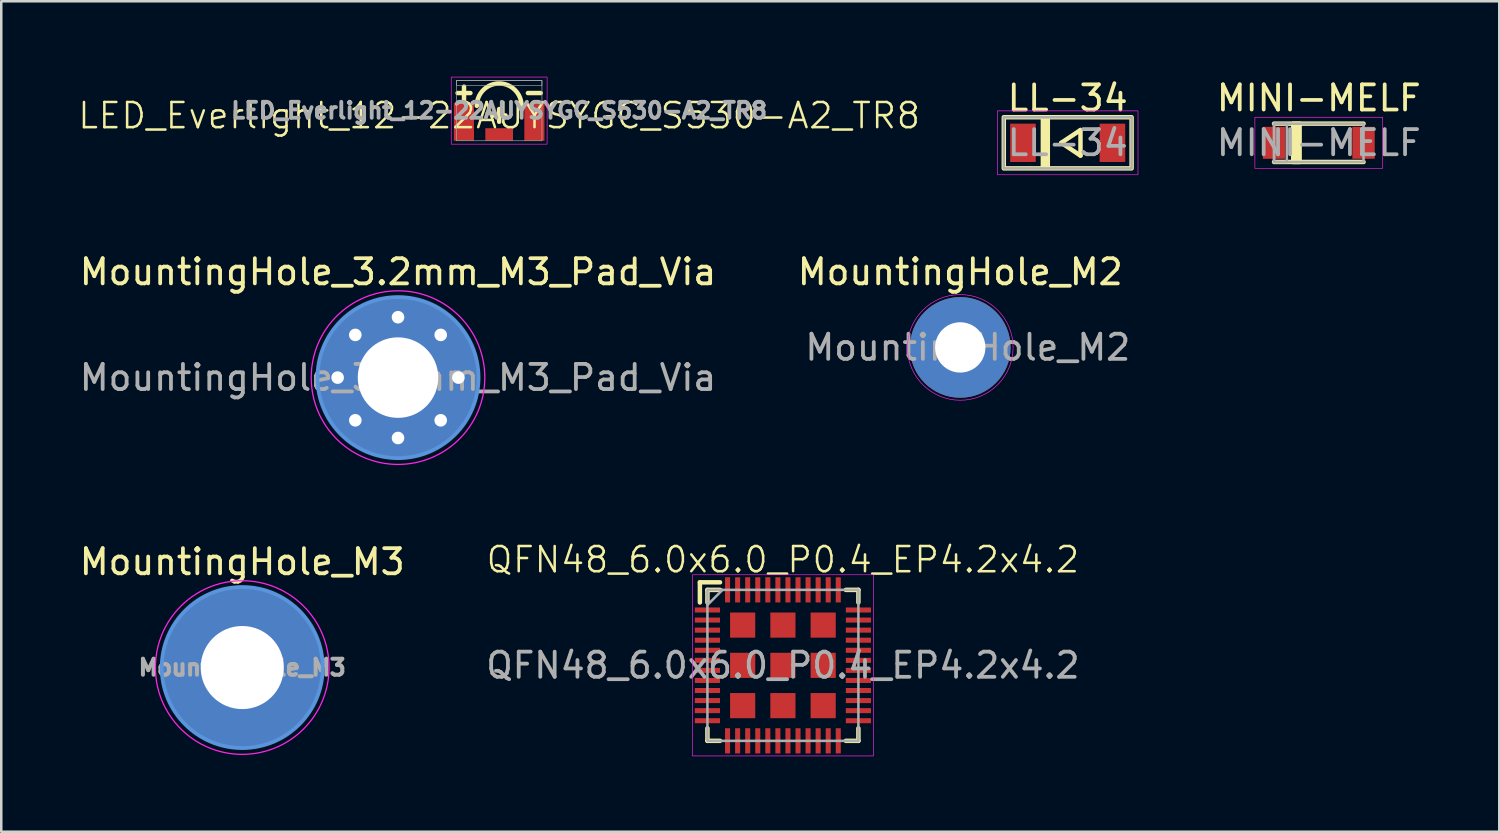
<source format=kicad_pcb>
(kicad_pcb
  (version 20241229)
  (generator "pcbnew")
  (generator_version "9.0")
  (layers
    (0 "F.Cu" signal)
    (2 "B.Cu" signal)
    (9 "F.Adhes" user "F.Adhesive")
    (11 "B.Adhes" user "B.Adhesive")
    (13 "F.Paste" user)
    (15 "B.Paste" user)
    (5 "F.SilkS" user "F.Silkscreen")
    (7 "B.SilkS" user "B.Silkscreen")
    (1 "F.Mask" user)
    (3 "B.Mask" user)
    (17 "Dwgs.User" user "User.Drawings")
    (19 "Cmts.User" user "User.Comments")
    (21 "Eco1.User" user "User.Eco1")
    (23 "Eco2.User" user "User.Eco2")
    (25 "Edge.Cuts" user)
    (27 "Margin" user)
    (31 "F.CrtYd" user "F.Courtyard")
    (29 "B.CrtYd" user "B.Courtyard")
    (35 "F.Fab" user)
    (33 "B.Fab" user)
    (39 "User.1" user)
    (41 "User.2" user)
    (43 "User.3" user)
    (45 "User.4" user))
  (footprint "MINI-MELF"
    (layer "F.Cu")
    (at 49.362 2.626)
    (property "Reference" "MINI-MELF" (at 0 -1.778 0) (layer "F.SilkS") (effects (font (size 1 1) (thickness 0.15))))
    (attr smd)
    (fp_line (start -1.778 -0.762) (end 1.778 -0.762) (stroke (width 0.178) (type solid)) (layer "F.SilkS"))
    (fp_line (start -1.778 0.762) (end 1.778 0.762) (stroke (width 0.178) (type solid)) (layer "F.SilkS"))
    (fp_rect (start -1.016 -0.762) (end -0.762 0.762) (stroke (width 0.178) (type solid)) (fill yes) (layer "F.SilkS"))
    (fp_rect (start -2.54 -1.016) (end 2.54 1.016) (stroke (width 0.025) (type solid)) (fill no) (layer "F.CrtYd"))
    (fp_rect (start -1.778 -0.762) (end -1.27 0.762) (stroke (width 0.1) (type solid)) (fill no) (layer "F.Fab"))
    (fp_rect (start -1.778 -0.762) (end 1.778 0.762) (stroke (width 0.1) (type solid)) (fill no) (layer "F.Fab"))
    (fp_text user "${REFERENCE}" (at 0 0 0) (layer "F.Fab") (effects (font (size 1 1) (thickness 0.15))))
    (pad "A" smd rect (at 1.778 0) (size 0.889 1.27) (layers "F.Cu" "F.Mask" "F.Paste"))
    (pad "K" smd rect (at -1.778 0) (size 0.889 1.27) (layers "F.Cu" "F.Mask" "F.Paste")))
  (footprint "MountingHole_M2"
    (layer "F.Cu")
    (at 35.113 10.757)
    (property "Reference" "MountingHole_M2" (at 0 -3 0) (layer "F.SilkS") (effects (font (size 1 1) (thickness 0.15))))
    (attr through_hole)
    (fp_circle (center 0 0) (end 2.1 0) (stroke (width 0.025) (type solid)) (fill no) (layer "F.CrtYd"))
    (fp_text user "${REFERENCE}" (at 0.3 0 0) (layer "F.Fab") (effects (font (size 1 1) (thickness 0.15))))
    (pad "1" thru_hole circle (at 0 0) (size 4 4) (drill 2) (layers "*.Cu" "*.Mask")))
  (footprint "MountingHole_M3"
    (layer "F.Cu")
    (at 6.577 23.48)
    (property "Reference" "MountingHole_M3" (at 0 -4.2 0) (layer "F.SilkS") (effects (font (size 1 1) (thickness 0.15))))
    (attr smd exclude_from_pos_files exclude_from_bom)
    (fp_circle (center 0 0) (end 3.2 0) (stroke (width 0.15) (type solid)) (fill no) (layer "Cmts.User"))
    (fp_circle (center 0 0) (end 3.45 0) (stroke (width 0.05) (type solid)) (fill no) (layer "F.CrtYd"))
    (fp_text user "${REFERENCE}" (at 0 0 0) (layer "F.Fab") (effects (font (size 0.635 0.635) (thickness 0.159) (bold yes))))
    (pad "1" thru_hole circle (at 0 0) (size 6.35 6.35) (drill 3.302) (layers "*.Cu" "*.Mask")))
  (footprint "MountingHole_3.2mm_M3_Pad_Via"
    (layer "F.Cu")
    (at 12.768 11.957)
    (property "Reference" "MountingHole_3.2mm_M3_Pad_Via" (at 0 -4.2 0) (layer "F.SilkS") (effects (font (size 1 1) (thickness 0.15))))
    (attr through_hole)
    (fp_circle (center 0 0) (end 3.2 0) (stroke (width 0.15) (type solid)) (fill no) (layer "Cmts.User"))
    (fp_circle (center 0 0) (end 3.45 0) (stroke (width 0.05) (type solid)) (fill no) (layer "F.CrtYd"))
    (fp_text user "${REFERENCE}" (at 0 0 0) (layer "F.Fab") (effects (font (size 1 1) (thickness 0.15))))
    (pad "1" thru_hole circle (at -2.4 0) (size 0.8 0.8) (drill 0.5) (layers "*.Cu" "*.Mask"))
    (pad "1" thru_hole circle (at -1.697 -1.697) (size 0.8 0.8) (drill 0.5) (layers "*.Cu" "*.Mask"))
    (pad "1" thru_hole circle (at -1.697 1.697) (size 0.8 0.8) (drill 0.5) (layers "*.Cu" "*.Mask"))
    (pad "1" thru_hole circle (at 0 -2.4) (size 0.8 0.8) (drill 0.5) (layers "*.Cu" "*.Mask"))
    (pad "1" thru_hole circle (at 0 0) (size 6.4 6.4) (drill 3.2) (layers "*.Cu" "*.Mask"))
    (pad "1" thru_hole circle (at 0 2.4) (size 0.8 0.8) (drill 0.5) (layers "*.Cu" "*.Mask"))
    (pad "1" thru_hole circle (at 1.697 -1.697) (size 0.8 0.8) (drill 0.5) (layers "*.Cu" "*.Mask"))
    (pad "1" thru_hole circle (at 1.697 1.697) (size 0.8 0.8) (drill 0.5) (layers "*.Cu" "*.Mask"))
    (pad "1" thru_hole circle (at 2.4 0) (size 0.8 0.8) (drill 0.5) (layers "*.Cu" "*.Mask")))
  (footprint "LED_Everlight_12-22AUYSYGC_S530-A2_TR8"
    (layer "F.Cu")
    (at 16.788 2.045)
    (property "Reference" "LED_Everlight_12-22AUYSYGC_S530-A2_TR8" (at 0 -0.5 0) (unlocked yes) (layer "F.SilkS") (effects (font (size 1 1) (thickness 0.1))))
    (attr smd)
    (fp_line (start -1.651 -1.397) (end -1.143 -1.397) (stroke (width 0.178) (type solid)) (layer "F.SilkS"))
    (fp_line (start -1.397 -1.143) (end -1.397 -1.651) (stroke (width 0.178) (type solid)) (layer "F.SilkS"))
    (fp_line (start -0.254 -0.508) (end 0.254 -0.508) (stroke (width 0.178) (type solid)) (layer "F.SilkS"))
    (fp_line (start 0 -0.254) (end 0 -0.762) (stroke (width 0.178) (type solid)) (layer "F.SilkS"))
    (fp_line (start 1.143 -1.397) (end 1.651 -1.397) (stroke (width 0.178) (type solid)) (layer "F.SilkS"))
    (fp_arc (start -0.889 -0.889) (mid 0 -1.778) (end 0.889 -0.889) (stroke (width 0.1778) (type solid)) (layer "F.SilkS"))
    (fp_rect (start -1.905 -2.032) (end 1.905 0.635) (stroke (width 0.025) (type solid)) (fill no) (layer "F.CrtYd"))
    (fp_rect (start -1.7 -1.9) (end 1.7 -1.7) (stroke (width 0.025) (type solid)) (fill no) (layer "F.Fab"))
    (fp_rect (start -1.7 -1.9) (end 1.7 0.5) (stroke (width 0.025) (type solid)) (fill no) (layer "F.Fab"))
    (fp_text user "${REFERENCE}" (at 0 -0.7 0) (unlocked yes) (layer "F.Fab") (effects (font (size 0.635 0.635) (thickness 0.152) (bold yes))))
    (pad "A1" smd rect (at -1.4 -0.25) (size 0.8 1.5) (layers "F.Cu" "F.Mask" "F.Paste"))
    (pad "A2" smd rect (at 0 0.25) (size 1.1 0.5) (layers "F.Cu" "F.Mask" "F.Paste"))
    (pad "K" smd rect (at 1.4 -0.25) (size 0.8 1.5) (layers "F.Cu" "F.Mask" "F.Paste")))
  (footprint "QFN48_6.0x6.0_P0.4_EP4.2x4.2"
    (layer "F.Cu")
    (at 28.065 23.393)
    (property "Reference" "QFN48_6.0x6.0_P0.4_EP4.2x4.2" (at 0 -4.2 0) (unlocked yes) (layer "F.SilkS") (effects (font (size 1 1) (thickness 0.1))))
    (attr smd)
    (fp_line (start -3.3 -3.3) (end -2.5 -3.3) (stroke (width 0.178) (type default)) (layer "F.SilkS"))
    (fp_line (start -3.3 -2.5) (end -3.3 -3.3) (stroke (width 0.178) (type default)) (layer "F.SilkS"))
    (fp_line (start -3 -3) (end -2.5 -3) (stroke (width 0.178) (type default)) (layer "F.SilkS"))
    (fp_line (start -3 -2.5) (end -3 -3) (stroke (width 0.178) (type default)) (layer "F.SilkS"))
    (fp_line (start -3 2.5) (end -3 3) (stroke (width 0.178) (type default)) (layer "F.SilkS"))
    (fp_line (start -3 3) (end -2.5 3) (stroke (width 0.178) (type default)) (layer "F.SilkS"))
    (fp_line (start 2.5 3) (end 3 3) (stroke (width 0.178) (type default)) (layer "F.SilkS"))
    (fp_line (start 3 -3) (end 2.5 -3) (stroke (width 0.178) (type default)) (layer "F.SilkS"))
    (fp_line (start 3 -2.5) (end 3 -3) (stroke (width 0.178) (type default)) (layer "F.SilkS"))
    (fp_line (start 3 3) (end 3 2.5) (stroke (width 0.178) (type default)) (layer "F.SilkS"))
    (fp_rect (start -3.6 -3.6) (end 3.6 3.6) (stroke (width 0.025) (type default)) (fill no) (layer "F.CrtYd"))
    (fp_line (start -3 -2.4) (end -2.4 -3) (stroke (width 0.1) (type default)) (layer "F.Fab"))
    (fp_rect (start -3 -3) (end 3 3) (stroke (width 0.1) (type default)) (fill no) (layer "F.Fab"))
    (fp_text user "${REFERENCE}" (at 0 0 0) (unlocked yes) (layer "F.Fab") (effects (font (size 1 1) (thickness 0.15))))
    (pad "1" smd rect (at -3 -2.2) (size 1 0.2) (layers "F.Cu" "F.Mask" "F.Paste"))
    (pad "2" smd rect (at -3 -1.8) (size 1 0.2) (layers "F.Cu" "F.Mask" "F.Paste"))
    (pad "3" smd rect (at -3 -1.4) (size 1 0.2) (layers "F.Cu" "F.Mask" "F.Paste"))
    (pad "4" smd rect (at -3 -1) (size 1 0.2) (layers "F.Cu" "F.Mask" "F.Paste"))
    (pad "5" smd rect (at -3 -0.6) (size 1 0.2) (layers "F.Cu" "F.Mask" "F.Paste"))
    (pad "6" smd rect (at -3 -0.2) (size 1 0.2) (layers "F.Cu" "F.Mask" "F.Paste"))
    (pad "7" smd rect (at -3 0.2) (size 1 0.2) (layers "F.Cu" "F.Mask" "F.Paste"))
    (pad "8" smd rect (at -3 0.6) (size 1 0.2) (layers "F.Cu" "F.Mask" "F.Paste"))
    (pad "9" smd rect (at -3 1) (size 1 0.2) (layers "F.Cu" "F.Mask" "F.Paste"))
    (pad "10" smd rect (at -3 1.4) (size 1 0.2) (layers "F.Cu" "F.Mask" "F.Paste"))
    (pad "11" smd rect (at -3 1.8) (size 1 0.2) (layers "F.Cu" "F.Mask" "F.Paste"))
    (pad "12" smd rect (at -3 2.2) (size 1 0.2) (layers "F.Cu" "F.Mask" "F.Paste"))
    (pad "13" smd rect (at -2.2 3) (size 0.2 1) (layers "F.Cu" "F.Mask" "F.Paste"))
    (pad "14" smd rect (at -1.8 3) (size 0.2 1) (layers "F.Cu" "F.Mask" "F.Paste"))
    (pad "15" smd rect (at -1.4 3) (size 0.2 1) (layers "F.Cu" "F.Mask" "F.Paste"))
    (pad "16" smd rect (at -1 3) (size 0.2 1) (layers "F.Cu" "F.Mask" "F.Paste"))
    (pad "17" smd rect (at -0.6 3) (size 0.2 1) (layers "F.Cu" "F.Mask" "F.Paste"))
    (pad "18" smd rect (at -0.2 3) (size 0.2 1) (layers "F.Cu" "F.Mask" "F.Paste"))
    (pad "19" smd rect (at 0.2 3) (size 0.2 1) (layers "F.Cu" "F.Mask" "F.Paste"))
    (pad "20" smd rect (at 0.6 3) (size 0.2 1) (layers "F.Cu" "F.Mask" "F.Paste"))
    (pad "21" smd rect (at 1 3) (size 0.2 1) (layers "F.Cu" "F.Mask" "F.Paste"))
    (pad "22" smd rect (at 1.4 3) (size 0.2 1) (layers "F.Cu" "F.Mask" "F.Paste"))
    (pad "23" smd rect (at 1.8 3) (size 0.2 1) (layers "F.Cu" "F.Mask" "F.Paste"))
    (pad "24" smd rect (at 2.2 3) (size 0.2 1) (layers "F.Cu" "F.Mask" "F.Paste"))
    (pad "25" smd rect (at 3 2.2) (size 1 0.2) (layers "F.Cu" "F.Mask" "F.Paste"))
    (pad "26" smd rect (at 3 1.8) (size 1 0.2) (layers "F.Cu" "F.Mask" "F.Paste"))
    (pad "27" smd rect (at 3 1.4) (size 1 0.2) (layers "F.Cu" "F.Mask" "F.Paste"))
    (pad "28" smd rect (at 3 1) (size 1 0.2) (layers "F.Cu" "F.Mask" "F.Paste"))
    (pad "29" smd rect (at 3 0.6) (size 1 0.2) (layers "F.Cu" "F.Mask" "F.Paste"))
    (pad "30" smd rect (at 3 0.2) (size 1 0.2) (layers "F.Cu" "F.Mask" "F.Paste"))
    (pad "31" smd rect (at 3 -0.2) (size 1 0.2) (layers "F.Cu" "F.Mask" "F.Paste"))
    (pad "32" smd rect (at 3 -0.6) (size 1 0.2) (layers "F.Cu" "F.Mask" "F.Paste"))
    (pad "33" smd rect (at 3 -1) (size 1 0.2) (layers "F.Cu" "F.Mask" "F.Paste"))
    (pad "34" smd rect (at 3 -1.4) (size 1 0.2) (layers "F.Cu" "F.Mask" "F.Paste"))
    (pad "35" smd rect (at 3 -1.8) (size 1 0.2) (layers "F.Cu" "F.Mask" "F.Paste"))
    (pad "36" smd rect (at 3 -2.2) (size 1 0.2) (layers "F.Cu" "F.Mask" "F.Paste"))
    (pad "37" smd rect (at 2.2 -3) (size 0.2 1) (layers "F.Cu" "F.Mask" "F.Paste"))
    (pad "38" smd rect (at 1.8 -3) (size 0.2 1) (layers "F.Cu" "F.Mask" "F.Paste"))
    (pad "39" smd rect (at 1.4 -3) (size 0.2 1) (layers "F.Cu" "F.Mask" "F.Paste"))
    (pad "40" smd rect (at 1 -3) (size 0.2 1) (layers "F.Cu" "F.Mask" "F.Paste"))
    (pad "41" smd rect (at 0.6 -3) (size 0.2 1) (layers "F.Cu" "F.Mask" "F.Paste"))
    (pad "42" smd rect (at 0.2 -3) (size 0.2 1) (layers "F.Cu" "F.Mask" "F.Paste"))
    (pad "43" smd rect (at -0.2 -3) (size 0.2 1) (layers "F.Cu" "F.Mask" "F.Paste"))
    (pad "44" smd rect (at -0.6 -3) (size 0.2 1) (layers "F.Cu" "F.Mask" "F.Paste"))
    (pad "45" smd rect (at -1 -3) (size 0.2 1) (layers "F.Cu" "F.Mask" "F.Paste"))
    (pad "46" smd rect (at -1.4 -3) (size 0.2 1) (layers "F.Cu" "F.Mask" "F.Paste"))
    (pad "47" smd rect (at -1.8 -3) (size 0.2 1) (layers "F.Cu" "F.Mask" "F.Paste"))
    (pad "48" smd rect (at -2.2 -3) (size 0.2 1) (layers "F.Cu" "F.Mask" "F.Paste"))
    (pad "49" smd rect (at -1.6 -1.6) (size 1 1) (layers "F.Cu" "F.Mask" "F.Paste"))
    (pad "49" smd rect (at -1.6 0) (size 1 1) (layers "F.Cu" "F.Mask" "F.Paste"))
    (pad "49" smd rect (at -1.6 1.6) (size 1 1) (layers "F.Cu" "F.Mask" "F.Paste"))
    (pad "49" smd rect (at 0 -1.6) (size 1 1) (layers "F.Cu" "F.Mask" "F.Paste"))
    (pad "49" smd rect (at 0 0) (size 1 1) (layers "F.Cu" "F.Mask" "F.Paste"))
    (pad "49" smd rect (at 0 1.6) (size 1 1) (layers "F.Cu" "F.Mask" "F.Paste"))
    (pad "49" smd rect (at 1.6 -1.6) (size 1 1) (layers "F.Cu" "F.Mask" "F.Paste"))
    (pad "49" smd rect (at 1.6 0) (size 1 1) (layers "F.Cu" "F.Mask" "F.Paste"))
    (pad "49" smd rect (at 1.6 1.6) (size 1 1) (layers "F.Cu" "F.Mask" "F.Paste")))
  (footprint "LL-34"
    (layer "F.Cu")
    (at 39.383 2.626)
    (property "Reference" "LL-34" (at 0 -1.778 0) (unlocked yes) (layer "F.SilkS") (effects (font (size 1 1) (thickness 0.15))))
    (attr through_hole)
    (fp_line (start -0.254 0) (end 0.508 -0.508) (stroke (width 0.178) (type solid)) (layer "F.SilkS"))
    (fp_line (start 0.508 -0.508) (end 0.508 0.508) (stroke (width 0.178) (type solid)) (layer "F.SilkS"))
    (fp_line (start 0.508 0.508) (end -0.254 0) (stroke (width 0.178) (type solid)) (layer "F.SilkS"))
    (fp_rect (start -2.54 -1.016) (end 2.54 1.016) (stroke (width 0.178) (type solid)) (fill no) (layer "F.SilkS"))
    (fp_rect (start -1.016 -1.016) (end -0.762 1.016) (stroke (width 0.12) (type solid)) (fill yes) (layer "F.SilkS"))
    (fp_rect (start -2.794 -1.27) (end 2.794 1.27) (stroke (width 0.025) (type solid)) (fill no) (layer "F.CrtYd"))
    (fp_rect (start -2.54 -1.016) (end 2.54 1.016) (stroke (width 0.1) (type solid)) (fill no) (layer "F.Fab"))
    (fp_text user "${REFERENCE}" (at 0 0 0) (unlocked yes) (layer "F.Fab") (effects (font (size 1 1) (thickness 0.15))))
    (pad "A" smd rect (at 1.778 0) (size 1.016 1.524) (layers "F.Cu" "F.Mask" "F.Paste"))
    (pad "K" smd rect (at -1.778 0) (size 1.016 1.524) (layers "F.Cu" "F.Mask" "F.Paste")))
  (gr_rect
    (start -3 -3)
    (end 56.535 30.005)
    (stroke (width 0.1) (type default))
    (fill no)
    (layer "Edge.Cuts")))
</source>
